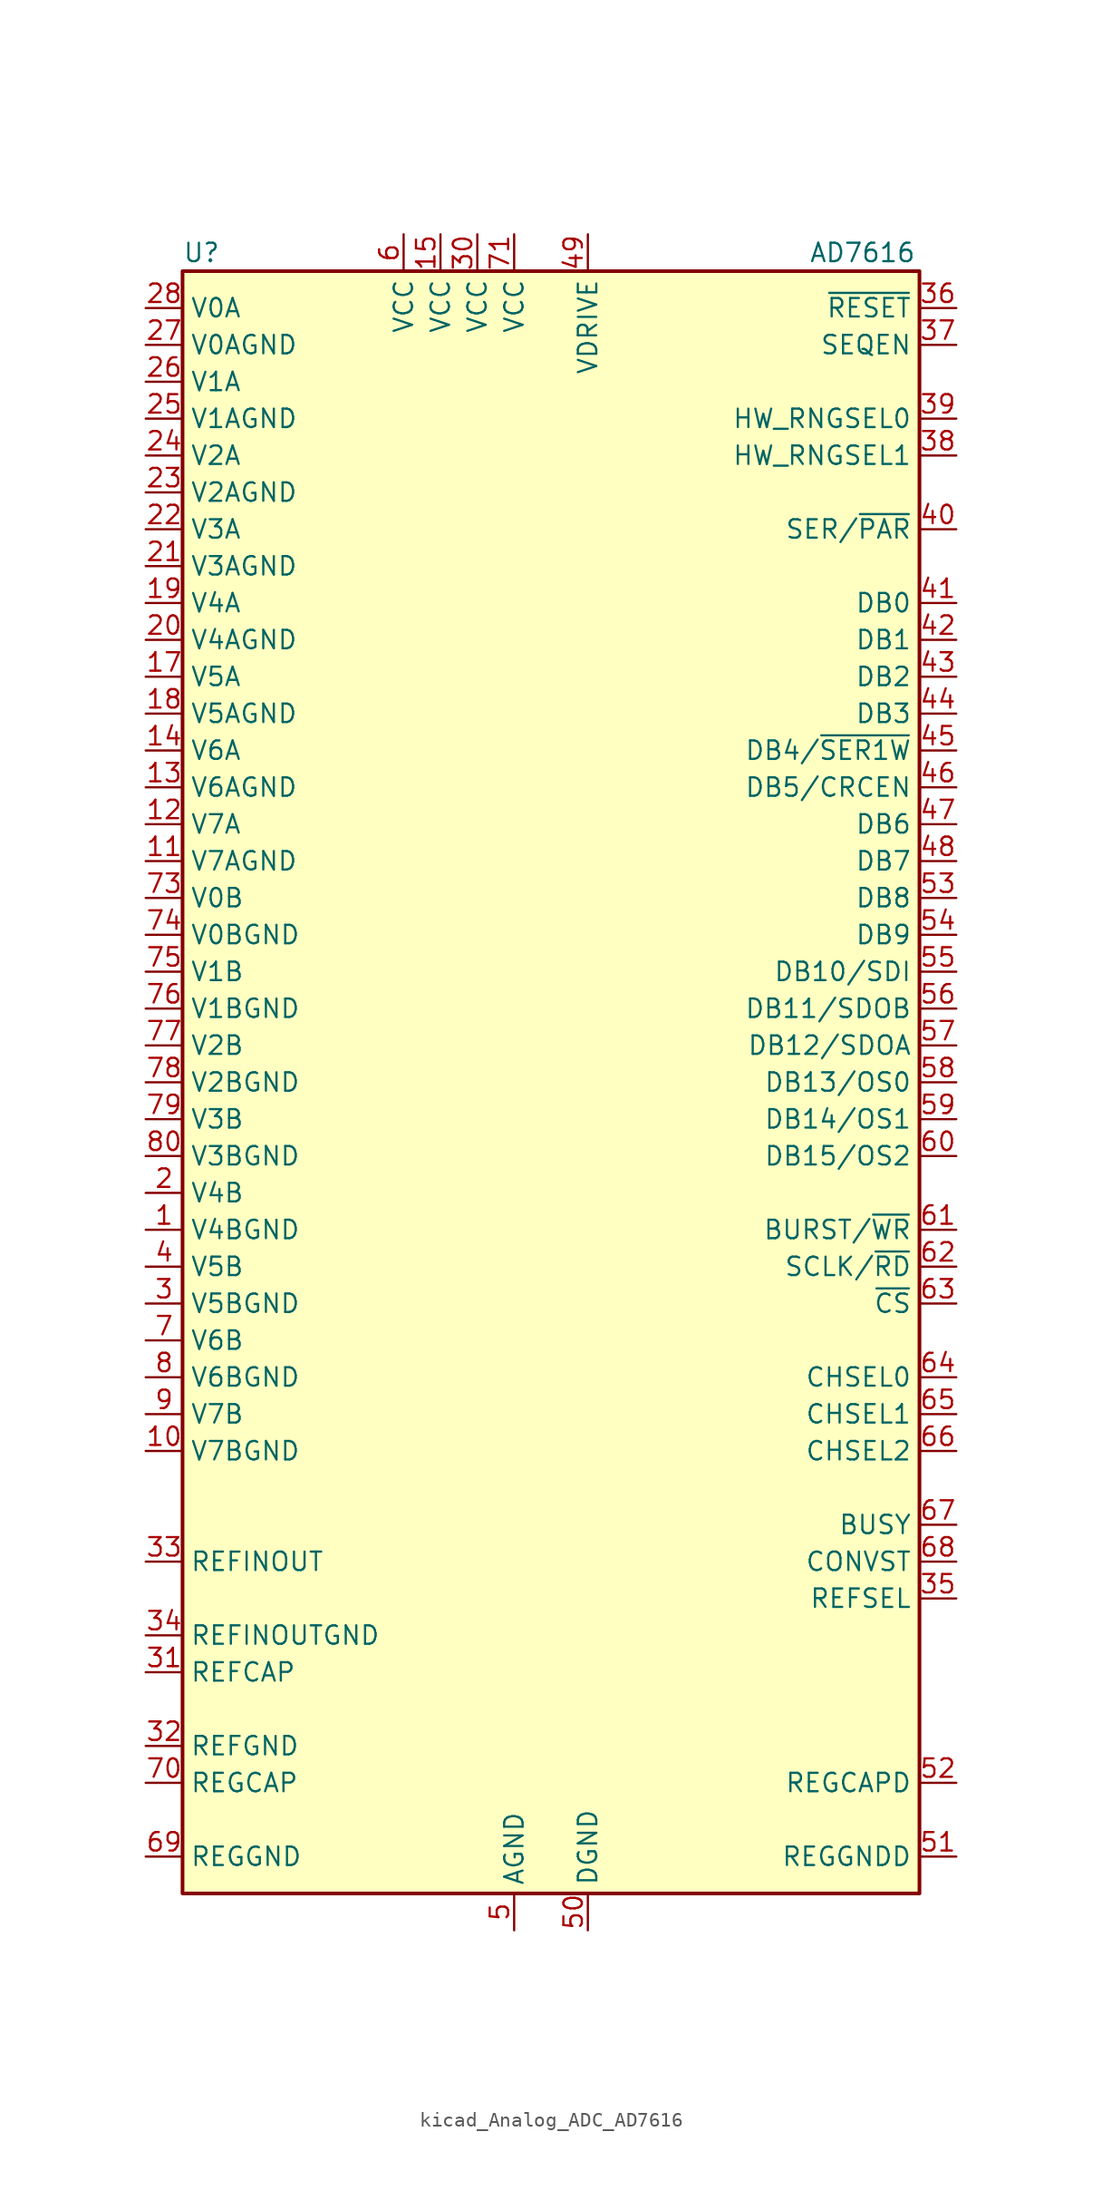
<source format=kicad_sym>
(kicad_symbol_lib
  (version 20220914)
  (generator kicad_symbol_editor)
  (symbol "kicad_Analog_ADC_AD7616"
    (property "Reference" "U"
      (at -25.4 57.15 0)
      (effects (font (size 1.27 1.27)) (justify left)))
    (property "Value" "AD7616"
      (at 17.78 57.15 0)
      (effects (font (size 1.27 1.27)) (justify left)))
    (symbol "kicad_Analog_ADC_AD7616_1_1"
      (rectangle (start -25.4 55.88) (end 25.4 -55.88) (stroke (width 0.254) (type default)) (fill (type background)))
      (pin input line (at -27.94 -10.16 0) (length 2.54) (name "V4BGND" (effects (font (size 1.27 1.27)))) (number "1" (effects (font (size 1.27 1.27)))))
      (pin input line (at -27.94 -25.4 0) (length 2.54) (name "V7BGND" (effects (font (size 1.27 1.27)))) (number "10" (effects (font (size 1.27 1.27)))))
      (pin input line (at -27.94 15.24 0) (length 2.54) (name "V7AGND" (effects (font (size 1.27 1.27)))) (number "11" (effects (font (size 1.27 1.27)))))
      (pin input line (at -27.94 17.78 0) (length 2.54) (name "V7A" (effects (font (size 1.27 1.27)))) (number "12" (effects (font (size 1.27 1.27)))))
      (pin input line (at -27.94 20.32 0) (length 2.54) (name "V6AGND" (effects (font (size 1.27 1.27)))) (number "13" (effects (font (size 1.27 1.27)))))
      (pin input line (at -27.94 22.86 0) (length 2.54) (name "V6A" (effects (font (size 1.27 1.27)))) (number "14" (effects (font (size 1.27 1.27)))))
      (pin power_in line (at -7.62 58.42 270) (length 2.54) (name "VCC" (effects (font (size 1.27 1.27)))) (number "15" (effects (font (size 1.27 1.27)))))
      (pin passive line (at -2.54 -58.42 90) (length 2.54) hide (name "AGND" (effects (font (size 1.27 1.27)))) (number "16" (effects (font (size 1.27 1.27)))))
      (pin input line (at -27.94 27.94 0) (length 2.54) (name "V5A" (effects (font (size 1.27 1.27)))) (number "17" (effects (font (size 1.27 1.27)))))
      (pin input line (at -27.94 25.4 0) (length 2.54) (name "V5AGND" (effects (font (size 1.27 1.27)))) (number "18" (effects (font (size 1.27 1.27)))))
      (pin input line (at -27.94 33.02 0) (length 2.54) (name "V4A" (effects (font (size 1.27 1.27)))) (number "19" (effects (font (size 1.27 1.27)))))
      (pin input line (at -27.94 -7.62 0) (length 2.54) (name "V4B" (effects (font (size 1.27 1.27)))) (number "2" (effects (font (size 1.27 1.27)))))
      (pin input line (at -27.94 30.48 0) (length 2.54) (name "V4AGND" (effects (font (size 1.27 1.27)))) (number "20" (effects (font (size 1.27 1.27)))))
      (pin input line (at -27.94 35.56 0) (length 2.54) (name "V3AGND" (effects (font (size 1.27 1.27)))) (number "21" (effects (font (size 1.27 1.27)))))
      (pin input line (at -27.94 38.1 0) (length 2.54) (name "V3A" (effects (font (size 1.27 1.27)))) (number "22" (effects (font (size 1.27 1.27)))))
      (pin input line (at -27.94 40.64 0) (length 2.54) (name "V2AGND" (effects (font (size 1.27 1.27)))) (number "23" (effects (font (size 1.27 1.27)))))
      (pin input line (at -27.94 43.18 0) (length 2.54) (name "V2A" (effects (font (size 1.27 1.27)))) (number "24" (effects (font (size 1.27 1.27)))))
      (pin input line (at -27.94 45.72 0) (length 2.54) (name "V1AGND" (effects (font (size 1.27 1.27)))) (number "25" (effects (font (size 1.27 1.27)))))
      (pin input line (at -27.94 48.26 0) (length 2.54) (name "V1A" (effects (font (size 1.27 1.27)))) (number "26" (effects (font (size 1.27 1.27)))))
      (pin input line (at -27.94 50.8 0) (length 2.54) (name "V0AGND" (effects (font (size 1.27 1.27)))) (number "27" (effects (font (size 1.27 1.27)))))
      (pin input line (at -27.94 53.34 0) (length 2.54) (name "V0A" (effects (font (size 1.27 1.27)))) (number "28" (effects (font (size 1.27 1.27)))))
      (pin passive line (at -2.54 -58.42 90) (length 2.54) hide (name "AGND" (effects (font (size 1.27 1.27)))) (number "29" (effects (font (size 1.27 1.27)))))
      (pin input line (at -27.94 -15.24 0) (length 2.54) (name "V5BGND" (effects (font (size 1.27 1.27)))) (number "3" (effects (font (size 1.27 1.27)))))
      (pin power_in line (at -5.08 58.42 270) (length 2.54) (name "VCC" (effects (font (size 1.27 1.27)))) (number "30" (effects (font (size 1.27 1.27)))))
      (pin passive line (at -27.94 -40.64 0) (length 2.54) (name "REFCAP" (effects (font (size 1.27 1.27)))) (number "31" (effects (font (size 1.27 1.27)))))
      (pin power_in line (at -27.94 -45.72 0) (length 2.54) (name "REFGND" (effects (font (size 1.27 1.27)))) (number "32" (effects (font (size 1.27 1.27)))))
      (pin input line (at -27.94 -33.02 0) (length 2.54) (name "REFINOUT" (effects (font (size 1.27 1.27)))) (number "33" (effects (font (size 1.27 1.27)))))
      (pin power_in line (at -27.94 -38.1 0) (length 2.54) (name "REFINOUTGND" (effects (font (size 1.27 1.27)))) (number "34" (effects (font (size 1.27 1.27)))))
      (pin input line (at 27.94 -35.56 180) (length 2.54) (name "REFSEL" (effects (font (size 1.27 1.27)))) (number "35" (effects (font (size 1.27 1.27)))))
      (pin input line (at 27.94 53.34 180) (length 2.54) (name "~{RESET}" (effects (font (size 1.27 1.27)))) (number "36" (effects (font (size 1.27 1.27)))))
      (pin input line (at 27.94 50.8 180) (length 2.54) (name "SEQEN" (effects (font (size 1.27 1.27)))) (number "37" (effects (font (size 1.27 1.27)))))
      (pin input line (at 27.94 43.18 180) (length 2.54) (name "HW_RNGSEL1" (effects (font (size 1.27 1.27)))) (number "38" (effects (font (size 1.27 1.27)))))
      (pin input line (at 27.94 45.72 180) (length 2.54) (name "HW_RNGSEL0" (effects (font (size 1.27 1.27)))) (number "39" (effects (font (size 1.27 1.27)))))
      (pin input line (at -27.94 -12.7 0) (length 2.54) (name "V5B" (effects (font (size 1.27 1.27)))) (number "4" (effects (font (size 1.27 1.27)))))
      (pin input line (at 27.94 38.1 180) (length 2.54) (name "SER/~{PAR}" (effects (font (size 1.27 1.27)))) (number "40" (effects (font (size 1.27 1.27)))))
      (pin bidirectional line (at 27.94 33.02 180) (length 2.54) (name "DB0" (effects (font (size 1.27 1.27)))) (number "41" (effects (font (size 1.27 1.27)))))
      (pin bidirectional line (at 27.94 30.48 180) (length 2.54) (name "DB1" (effects (font (size 1.27 1.27)))) (number "42" (effects (font (size 1.27 1.27)))))
      (pin bidirectional line (at 27.94 27.94 180) (length 2.54) (name "DB2" (effects (font (size 1.27 1.27)))) (number "43" (effects (font (size 1.27 1.27)))))
      (pin bidirectional line (at 27.94 25.4 180) (length 2.54) (name "DB3" (effects (font (size 1.27 1.27)))) (number "44" (effects (font (size 1.27 1.27)))))
      (pin bidirectional line (at 27.94 22.86 180) (length 2.54) (name "DB4/~{SER1W}" (effects (font (size 1.27 1.27)))) (number "45" (effects (font (size 1.27 1.27)))))
      (pin bidirectional line (at 27.94 20.32 180) (length 2.54) (name "DB5/CRCEN" (effects (font (size 1.27 1.27)))) (number "46" (effects (font (size 1.27 1.27)))))
      (pin bidirectional line (at 27.94 17.78 180) (length 2.54) (name "DB6" (effects (font (size 1.27 1.27)))) (number "47" (effects (font (size 1.27 1.27)))))
      (pin bidirectional line (at 27.94 15.24 180) (length 2.54) (name "DB7" (effects (font (size 1.27 1.27)))) (number "48" (effects (font (size 1.27 1.27)))))
      (pin power_in line (at 2.54 58.42 270) (length 2.54) (name "VDRIVE" (effects (font (size 1.27 1.27)))) (number "49" (effects (font (size 1.27 1.27)))))
      (pin power_in line (at -2.54 -58.42 90) (length 2.54) (name "AGND" (effects (font (size 1.27 1.27)))) (number "5" (effects (font (size 1.27 1.27)))))
      (pin power_in line (at 2.54 -58.42 90) (length 2.54) (name "DGND" (effects (font (size 1.27 1.27)))) (number "50" (effects (font (size 1.27 1.27)))))
      (pin power_in line (at 27.94 -53.34 180) (length 2.54) (name "REGGNDD" (effects (font (size 1.27 1.27)))) (number "51" (effects (font (size 1.27 1.27)))))
      (pin passive line (at 27.94 -48.26 180) (length 2.54) (name "REGCAPD" (effects (font (size 1.27 1.27)))) (number "52" (effects (font (size 1.27 1.27)))))
      (pin bidirectional line (at 27.94 12.7 180) (length 2.54) (name "DB8" (effects (font (size 1.27 1.27)))) (number "53" (effects (font (size 1.27 1.27)))))
      (pin bidirectional line (at 27.94 10.16 180) (length 2.54) (name "DB9" (effects (font (size 1.27 1.27)))) (number "54" (effects (font (size 1.27 1.27)))))
      (pin bidirectional line (at 27.94 7.62 180) (length 2.54) (name "DB10/SDI" (effects (font (size 1.27 1.27)))) (number "55" (effects (font (size 1.27 1.27)))))
      (pin bidirectional line (at 27.94 5.08 180) (length 2.54) (name "DB11/SDOB" (effects (font (size 1.27 1.27)))) (number "56" (effects (font (size 1.27 1.27)))))
      (pin bidirectional line (at 27.94 2.54 180) (length 2.54) (name "DB12/SDOA" (effects (font (size 1.27 1.27)))) (number "57" (effects (font (size 1.27 1.27)))))
      (pin bidirectional line (at 27.94 0 180) (length 2.54) (name "DB13/OS0" (effects (font (size 1.27 1.27)))) (number "58" (effects (font (size 1.27 1.27)))))
      (pin bidirectional line (at 27.94 -2.54 180) (length 2.54) (name "DB14/OS1" (effects (font (size 1.27 1.27)))) (number "59" (effects (font (size 1.27 1.27)))))
      (pin power_in line (at -10.16 58.42 270) (length 2.54) (name "VCC" (effects (font (size 1.27 1.27)))) (number "6" (effects (font (size 1.27 1.27)))))
      (pin bidirectional line (at 27.94 -5.08 180) (length 2.54) (name "DB15/OS2" (effects (font (size 1.27 1.27)))) (number "60" (effects (font (size 1.27 1.27)))))
      (pin input line (at 27.94 -10.16 180) (length 2.54) (name "BURST/~{WR}" (effects (font (size 1.27 1.27)))) (number "61" (effects (font (size 1.27 1.27)))))
      (pin input line (at 27.94 -12.7 180) (length 2.54) (name "SCLK/~{RD}" (effects (font (size 1.27 1.27)))) (number "62" (effects (font (size 1.27 1.27)))))
      (pin input line (at 27.94 -15.24 180) (length 2.54) (name "~{CS}" (effects (font (size 1.27 1.27)))) (number "63" (effects (font (size 1.27 1.27)))))
      (pin input line (at 27.94 -20.32 180) (length 2.54) (name "CHSEL0" (effects (font (size 1.27 1.27)))) (number "64" (effects (font (size 1.27 1.27)))))
      (pin input line (at 27.94 -22.86 180) (length 2.54) (name "CHSEL1" (effects (font (size 1.27 1.27)))) (number "65" (effects (font (size 1.27 1.27)))))
      (pin input line (at 27.94 -25.4 180) (length 2.54) (name "CHSEL2" (effects (font (size 1.27 1.27)))) (number "66" (effects (font (size 1.27 1.27)))))
      (pin output line (at 27.94 -30.48 180) (length 2.54) (name "BUSY" (effects (font (size 1.27 1.27)))) (number "67" (effects (font (size 1.27 1.27)))))
      (pin input line (at 27.94 -33.02 180) (length 2.54) (name "CONVST" (effects (font (size 1.27 1.27)))) (number "68" (effects (font (size 1.27 1.27)))))
      (pin power_in line (at -27.94 -53.34 0) (length 2.54) (name "REGGND" (effects (font (size 1.27 1.27)))) (number "69" (effects (font (size 1.27 1.27)))))
      (pin input line (at -27.94 -17.78 0) (length 2.54) (name "V6B" (effects (font (size 1.27 1.27)))) (number "7" (effects (font (size 1.27 1.27)))))
      (pin passive line (at -27.94 -48.26 0) (length 2.54) (name "REGCAP" (effects (font (size 1.27 1.27)))) (number "70" (effects (font (size 1.27 1.27)))))
      (pin power_in line (at -2.54 58.42 270) (length 2.54) (name "VCC" (effects (font (size 1.27 1.27)))) (number "71" (effects (font (size 1.27 1.27)))))
      (pin passive line (at -2.54 -58.42 90) (length 2.54) hide (name "AGND" (effects (font (size 1.27 1.27)))) (number "72" (effects (font (size 1.27 1.27)))))
      (pin input line (at -27.94 12.7 0) (length 2.54) (name "V0B" (effects (font (size 1.27 1.27)))) (number "73" (effects (font (size 1.27 1.27)))))
      (pin input line (at -27.94 10.16 0) (length 2.54) (name "V0BGND" (effects (font (size 1.27 1.27)))) (number "74" (effects (font (size 1.27 1.27)))))
      (pin input line (at -27.94 7.62 0) (length 2.54) (name "V1B" (effects (font (size 1.27 1.27)))) (number "75" (effects (font (size 1.27 1.27)))))
      (pin input line (at -27.94 5.08 0) (length 2.54) (name "V1BGND" (effects (font (size 1.27 1.27)))) (number "76" (effects (font (size 1.27 1.27)))))
      (pin input line (at -27.94 2.54 0) (length 2.54) (name "V2B" (effects (font (size 1.27 1.27)))) (number "77" (effects (font (size 1.27 1.27)))))
      (pin input line (at -27.94 0 0) (length 2.54) (name "V2BGND" (effects (font (size 1.27 1.27)))) (number "78" (effects (font (size 1.27 1.27)))))
      (pin input line (at -27.94 -2.54 0) (length 2.54) (name "V3B" (effects (font (size 1.27 1.27)))) (number "79" (effects (font (size 1.27 1.27)))))
      (pin input line (at -27.94 -20.32 0) (length 2.54) (name "V6BGND" (effects (font (size 1.27 1.27)))) (number "8" (effects (font (size 1.27 1.27)))))
      (pin input line (at -27.94 -5.08 0) (length 2.54) (name "V3BGND" (effects (font (size 1.27 1.27)))) (number "80" (effects (font (size 1.27 1.27)))))
      (pin input line (at -27.94 -22.86 0) (length 2.54) (name "V7B" (effects (font (size 1.27 1.27)))) (number "9" (effects (font (size 1.27 1.27))))))))
</source>
